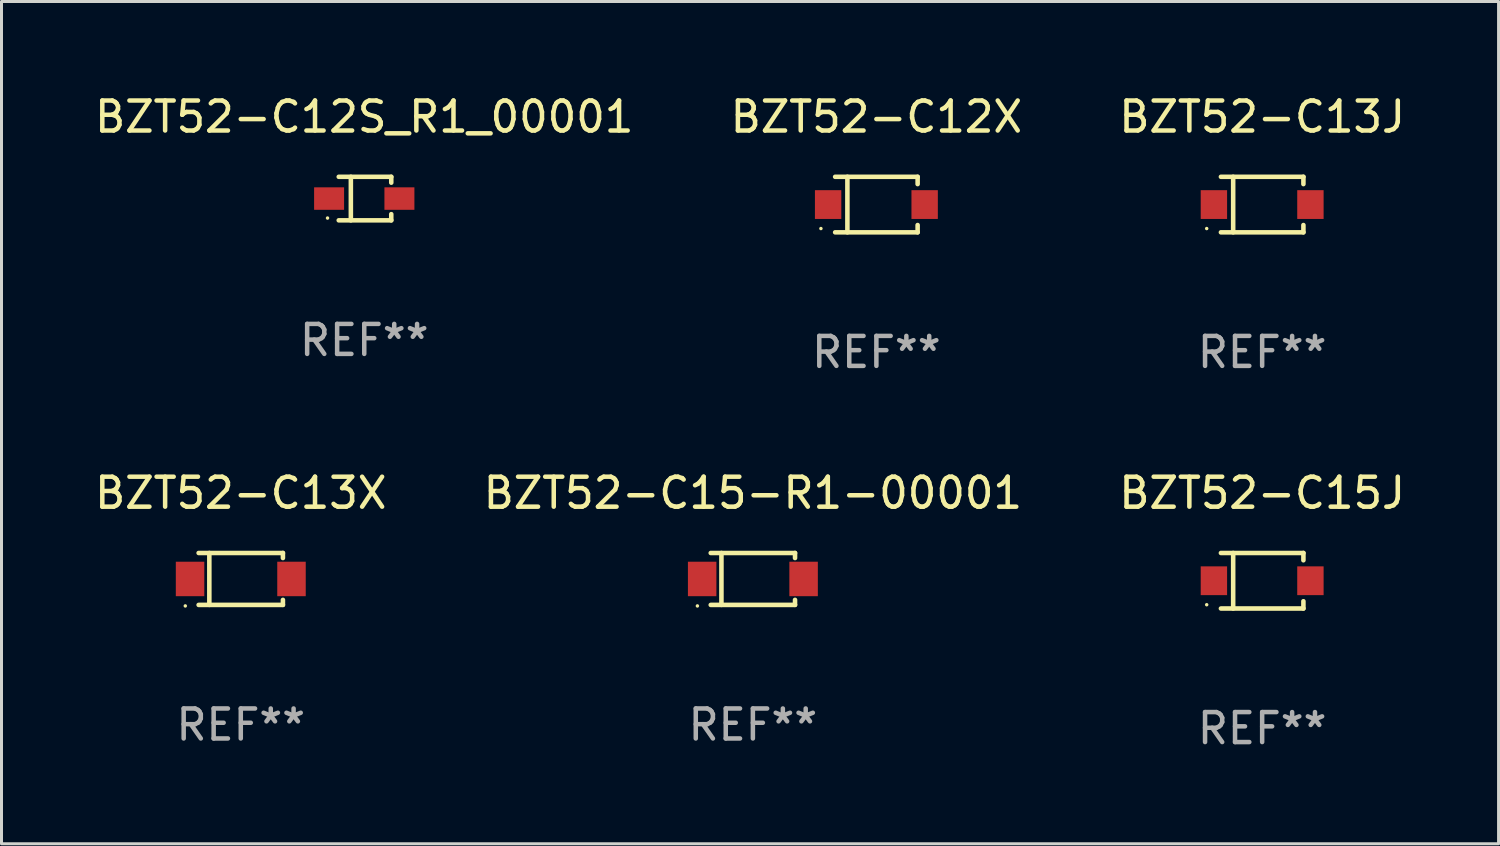
<source format=kicad_pcb>
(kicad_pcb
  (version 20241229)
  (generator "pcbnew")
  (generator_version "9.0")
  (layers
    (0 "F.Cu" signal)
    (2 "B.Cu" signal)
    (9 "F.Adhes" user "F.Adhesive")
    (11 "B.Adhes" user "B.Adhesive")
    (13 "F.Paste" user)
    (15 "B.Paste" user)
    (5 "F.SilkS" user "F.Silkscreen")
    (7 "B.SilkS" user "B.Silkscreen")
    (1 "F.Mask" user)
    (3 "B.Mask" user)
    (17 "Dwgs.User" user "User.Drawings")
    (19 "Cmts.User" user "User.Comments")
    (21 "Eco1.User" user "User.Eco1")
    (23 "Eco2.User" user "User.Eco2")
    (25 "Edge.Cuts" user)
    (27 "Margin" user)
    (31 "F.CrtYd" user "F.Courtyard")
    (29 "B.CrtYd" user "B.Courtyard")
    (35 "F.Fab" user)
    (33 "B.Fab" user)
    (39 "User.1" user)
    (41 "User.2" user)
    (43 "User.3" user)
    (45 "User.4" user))
  (footprint "BZT52-C12X"
    (layer "F.Cu")
    (at 26.185 3.774)
    (property "Reference" "BZT52-C12X" (at 0 -2.926 0) (layer "F.SilkS") (effects (font (size 1 1) (thickness 0.15))))
    (attr through_hole)
    (fp_line (start -1.376 -0.926) (end 1.376 -0.926) (stroke (width 0.152) (type solid)) (layer "F.SilkS"))
    (fp_line (start -1.376 0.926) (end 1.376 0.926) (stroke (width 0.152) (type solid)) (layer "F.SilkS"))
    (fp_line (start -0.967 -0.926) (end -0.967 0.926) (stroke (width 0.152) (type solid)) (layer "F.SilkS"))
    (fp_line (start 1.376 -0.926) (end 1.376 -0.683) (stroke (width 0.152) (type solid)) (layer "F.SilkS"))
    (fp_line (start 1.376 0.926) (end 1.376 0.683) (stroke (width 0.152) (type solid)) (layer "F.SilkS"))
    (fp_circle (center -1.85 0.8) (end -1.82 0.8) (stroke (width 0.06) (type solid)) (fill no) (layer "F.SilkS"))
    (fp_text user "REF**" (at 0 4.926 0) (layer "F.Fab") (effects (font (size 1 1) (thickness 0.15))))
    (pad "1" smd rect (at -1.61 0) (size 0.88 0.96) (layers "F.Cu" "F.Mask" "F.Paste"))
    (pad "2" smd rect (at 1.61 0) (size 0.88 0.96) (layers "F.Cu" "F.Mask" "F.Paste")))
  (footprint "BZT52-C15J"
    (layer "F.Cu")
    (at 39.054 16.323)
    (property "Reference" "BZT52-C15J" (at 0 -2.926 0) (layer "F.SilkS") (effects (font (size 1 1) (thickness 0.15))))
    (attr through_hole)
    (fp_line (start -1.376 -0.926) (end 1.376 -0.926) (stroke (width 0.152) (type solid)) (layer "F.SilkS"))
    (fp_line (start -1.376 0.926) (end 1.376 0.926) (stroke (width 0.152) (type solid)) (layer "F.SilkS"))
    (fp_line (start -0.967 -0.926) (end -0.967 0.926) (stroke (width 0.152) (type solid)) (layer "F.SilkS"))
    (fp_line (start 1.376 -0.926) (end 1.376 -0.683) (stroke (width 0.152) (type solid)) (layer "F.SilkS"))
    (fp_line (start 1.376 0.926) (end 1.376 0.683) (stroke (width 0.152) (type solid)) (layer "F.SilkS"))
    (fp_circle (center -1.85 0.8) (end -1.82 0.8) (stroke (width 0.06) (type solid)) (fill no) (layer "F.SilkS"))
    (fp_text user "REF**" (at 0 4.926 0) (layer "F.Fab") (effects (font (size 1 1) (thickness 0.15))))
    (pad "1" smd rect (at -1.61 0) (size 0.88 0.96) (layers "F.Cu" "F.Mask" "F.Paste"))
    (pad "2" smd rect (at 1.61 0) (size 0.88 0.96) (layers "F.Cu" "F.Mask" "F.Paste")))
  (footprint "BZT52-C12S_R1_00001"
    (layer "F.Cu")
    (at 9.101 3.574)
    (property "Reference" "BZT52-C12S_R1_00001" (at 0 -2.726 0) (layer "F.SilkS") (effects (font (size 1 1) (thickness 0.15))))
    (attr through_hole)
    (fp_line (start -0.851 -0.726) (end 0.901 -0.726) (stroke (width 0.152) (type solid)) (layer "F.SilkS"))
    (fp_line (start -0.851 0.726) (end 0.901 0.726) (stroke (width 0.152) (type solid)) (layer "F.SilkS"))
    (fp_line (start -0.447 -0.726) (end -0.447 0.726) (stroke (width 0.152) (type solid)) (layer "F.SilkS"))
    (fp_line (start 0.901 -0.726) (end 0.901 -0.53) (stroke (width 0.152) (type solid)) (layer "F.SilkS"))
    (fp_line (start 0.901 0.726) (end 0.901 0.52) (stroke (width 0.152) (type solid)) (layer "F.SilkS"))
    (fp_circle (center -1.225 0.65) (end -1.195 0.65) (stroke (width 0.06) (type solid)) (fill no) (layer "F.SilkS"))
    (fp_text user "REF**" (at 0 4.726 0) (layer "F.Fab") (effects (font (size 1 1) (thickness 0.15))))
    (pad "1" smd rect (at -1.173 0) (size 1 0.75) (layers "F.Cu" "F.Mask" "F.Paste"))
    (pad "2" smd rect (at 1.173 0) (size 1 0.75) (layers "F.Cu" "F.Mask" "F.Paste")))
  (footprint "BZT52-C13J"
    (layer "F.Cu")
    (at 39.054 3.774)
    (property "Reference" "BZT52-C13J" (at 0 -2.926 0) (layer "F.SilkS") (effects (font (size 1 1) (thickness 0.15))))
    (attr through_hole)
    (fp_line (start -1.376 -0.926) (end 1.376 -0.926) (stroke (width 0.152) (type solid)) (layer "F.SilkS"))
    (fp_line (start -1.376 0.926) (end 1.376 0.926) (stroke (width 0.152) (type solid)) (layer "F.SilkS"))
    (fp_line (start -0.967 -0.926) (end -0.967 0.926) (stroke (width 0.152) (type solid)) (layer "F.SilkS"))
    (fp_line (start 1.376 -0.926) (end 1.376 -0.683) (stroke (width 0.152) (type solid)) (layer "F.SilkS"))
    (fp_line (start 1.376 0.926) (end 1.376 0.683) (stroke (width 0.152) (type solid)) (layer "F.SilkS"))
    (fp_circle (center -1.85 0.8) (end -1.82 0.8) (stroke (width 0.06) (type solid)) (fill no) (layer "F.SilkS"))
    (fp_text user "REF**" (at 0 4.926 0) (layer "F.Fab") (effects (font (size 1 1) (thickness 0.15))))
    (pad "1" smd rect (at -1.61 0) (size 0.88 0.96) (layers "F.Cu" "F.Mask" "F.Paste"))
    (pad "2" smd rect (at 1.61 0) (size 0.88 0.96) (layers "F.Cu" "F.Mask" "F.Paste")))
  (footprint "BZT52-C15-R1-00001"
    (layer "F.Cu")
    (at 22.065 16.263)
    (property "Reference" "BZT52-C15-R1-00001" (at 0 -2.866 0) (layer "F.SilkS") (effects (font (size 1 1) (thickness 0.15))))
    (attr through_hole)
    (fp_line (start -1.406 -0.866) (end 1.406 -0.866) (stroke (width 0.152) (type solid)) (layer "F.SilkS"))
    (fp_line (start -1.406 0.866) (end 1.406 0.866) (stroke (width 0.152) (type solid)) (layer "F.SilkS"))
    (fp_line (start -1.049 -0.866) (end -1.049 0.866) (stroke (width 0.152) (type solid)) (layer "F.SilkS"))
    (fp_line (start 1.406 -0.866) (end 1.406 -0.698) (stroke (width 0.152) (type solid)) (layer "F.SilkS"))
    (fp_line (start 1.406 0.866) (end 1.406 0.698) (stroke (width 0.152) (type solid)) (layer "F.SilkS"))
    (fp_circle (center -1.851 0.9) (end -1.821 0.9) (stroke (width 0.06) (type solid)) (fill no) (layer "F.SilkS"))
    (fp_text user "REF**" (at 0 4.866 0) (layer "F.Fab") (effects (font (size 1 1) (thickness 0.15))))
    (pad "1" smd rect (at -1.692 0) (size 0.95 1.15) (layers "F.Cu" "F.Mask" "F.Paste"))
    (pad "2" smd rect (at 1.692 0) (size 0.95 1.15) (layers "F.Cu" "F.Mask" "F.Paste")))
  (footprint "BZT52-C13X"
    (layer "F.Cu")
    (at 4.982 16.263)
    (property "Reference" "BZT52-C13X" (at 0 -2.866 0) (layer "F.SilkS") (effects (font (size 1 1) (thickness 0.15))))
    (attr through_hole)
    (fp_line (start -1.406 -0.866) (end 1.406 -0.866) (stroke (width 0.152) (type solid)) (layer "F.SilkS"))
    (fp_line (start -1.406 0.866) (end 1.406 0.866) (stroke (width 0.152) (type solid)) (layer "F.SilkS"))
    (fp_line (start -1.049 -0.866) (end -1.049 0.866) (stroke (width 0.152) (type solid)) (layer "F.SilkS"))
    (fp_line (start 1.406 -0.866) (end 1.406 -0.698) (stroke (width 0.152) (type solid)) (layer "F.SilkS"))
    (fp_line (start 1.406 0.866) (end 1.406 0.698) (stroke (width 0.152) (type solid)) (layer "F.SilkS"))
    (fp_circle (center -1.851 0.9) (end -1.821 0.9) (stroke (width 0.06) (type solid)) (fill no) (layer "F.SilkS"))
    (fp_text user "REF**" (at 0 4.866 0) (layer "F.Fab") (effects (font (size 1 1) (thickness 0.15))))
    (pad "1" smd rect (at -1.692 0) (size 0.95 1.15) (layers "F.Cu" "F.Mask" "F.Paste"))
    (pad "2" smd rect (at 1.692 0) (size 0.95 1.15) (layers "F.Cu" "F.Mask" "F.Paste")))
  (gr_rect
    (start -3 -3)
    (end 46.94 25.098)
    (stroke (width 0.1) (type default))
    (fill no)
    (layer "Edge.Cuts")))
</source>
